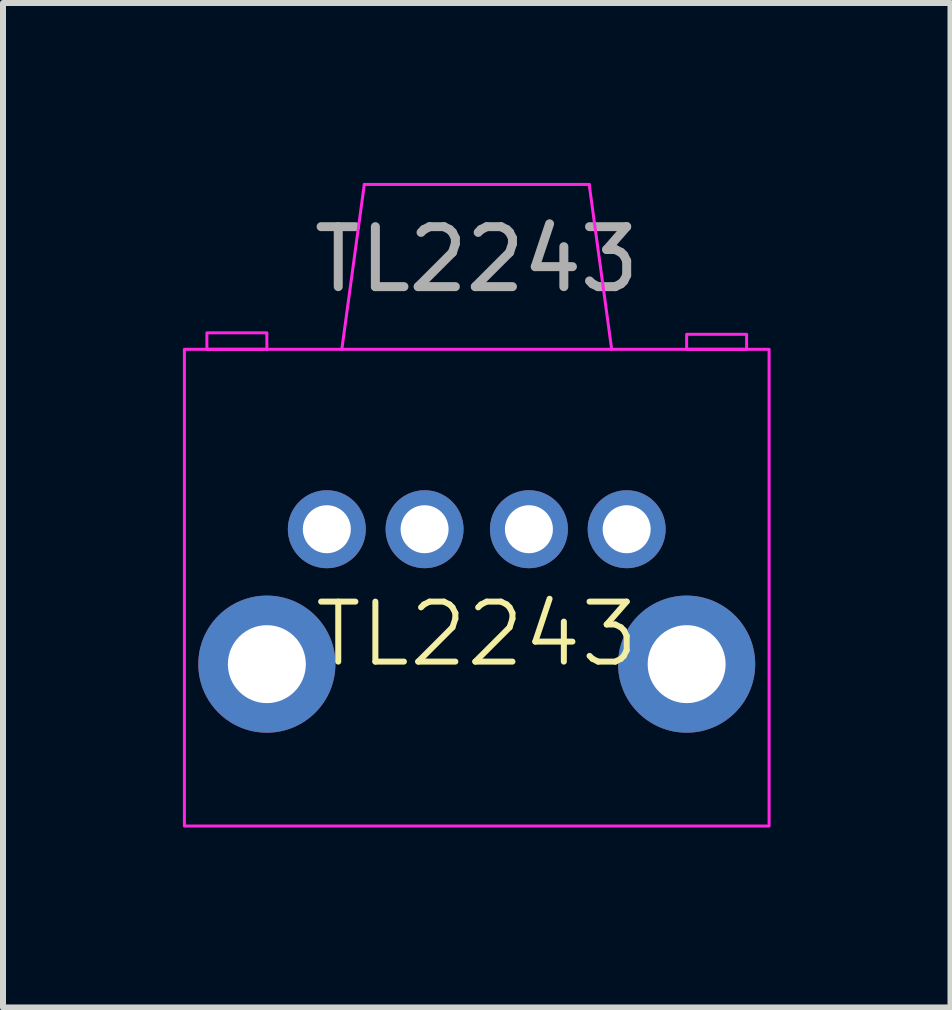
<source format=kicad_pcb>
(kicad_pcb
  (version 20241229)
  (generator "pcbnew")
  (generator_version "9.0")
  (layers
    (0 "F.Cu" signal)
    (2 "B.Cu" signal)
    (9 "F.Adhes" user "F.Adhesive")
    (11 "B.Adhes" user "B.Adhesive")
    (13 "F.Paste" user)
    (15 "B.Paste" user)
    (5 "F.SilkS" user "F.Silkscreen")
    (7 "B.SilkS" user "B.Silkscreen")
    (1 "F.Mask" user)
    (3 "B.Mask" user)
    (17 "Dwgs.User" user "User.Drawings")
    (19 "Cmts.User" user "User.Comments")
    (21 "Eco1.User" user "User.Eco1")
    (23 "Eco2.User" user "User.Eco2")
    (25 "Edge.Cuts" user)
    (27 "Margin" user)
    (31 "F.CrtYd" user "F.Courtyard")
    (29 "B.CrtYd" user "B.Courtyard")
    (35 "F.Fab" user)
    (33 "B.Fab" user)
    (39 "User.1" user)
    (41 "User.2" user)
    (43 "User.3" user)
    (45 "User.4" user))
  (footprint "TL2243"
    (layer "F.Cu")
    (at 4.9 8.025)
    (property "Reference" "TL2243" (at 0 -0.5 0) (unlocked yes) (layer "F.SilkS") (effects (font (size 1 1) (thickness 0.1))))
    (attr through_hole)
    (fp_line (start -1.875 -8) (end -2.25 -5.25) (stroke (width 0.05) (type default)) (layer "F.CrtYd"))
    (fp_line (start -1.875 -8) (end 1.875 -8) (stroke (width 0.05) (type default)) (layer "F.CrtYd"))
    (fp_line (start 1.875 -8) (end 2.25 -5.25) (stroke (width 0.05) (type default)) (layer "F.CrtYd"))
    (fp_rect (start -4.875 -5.25) (end 4.875 2.7) (stroke (width 0.05) (type default)) (fill no) (layer "F.CrtYd"))
    (fp_rect (start -4.5 -5.525) (end -3.5 -5.25) (stroke (width 0.05) (type default)) (fill no) (layer "F.CrtYd"))
    (fp_rect (start 3.5 -5.5) (end 4.5 -5.25) (stroke (width 0.05) (type default)) (fill no) (layer "F.CrtYd"))
    (fp_text user "${REFERENCE}" (at 0 -6.75 0) (unlocked yes) (layer "F.Fab") (effects (font (size 1 1) (thickness 0.15))))
    (pad "1" thru_hole circle (at 2.5 -2.25 180) (size 1.3 1.3) (drill 0.8) (layers "*.Cu" "*.Mask"))
    (pad "2" thru_hole circle (at 0.87 -2.25 180) (size 1.3 1.3) (drill 0.8) (layers "*.Cu" "*.Mask"))
    (pad "3" thru_hole circle (at -0.87 -2.25 180) (size 1.3 1.3) (drill 0.8) (layers "*.Cu" "*.Mask"))
    (pad "4" thru_hole circle (at -2.5 -2.25 180) (size 1.3 1.3) (drill 0.8) (layers "*.Cu" "*.Mask"))
    (pad "5" thru_hole circle (at 3.5 0 180) (size 2.286 2.286) (drill 1.3) (layers "*.Cu" "*.Mask"))
    (pad "6" thru_hole circle (at -3.5 0 180) (size 2.286 2.286) (drill 1.3) (layers "*.Cu" "*.Mask")))
  (gr_rect
    (start -3 -3)
    (end 12.8 13.75)
    (stroke (width 0.1) (type default))
    (fill no)
    (layer "Edge.Cuts")))
</source>
